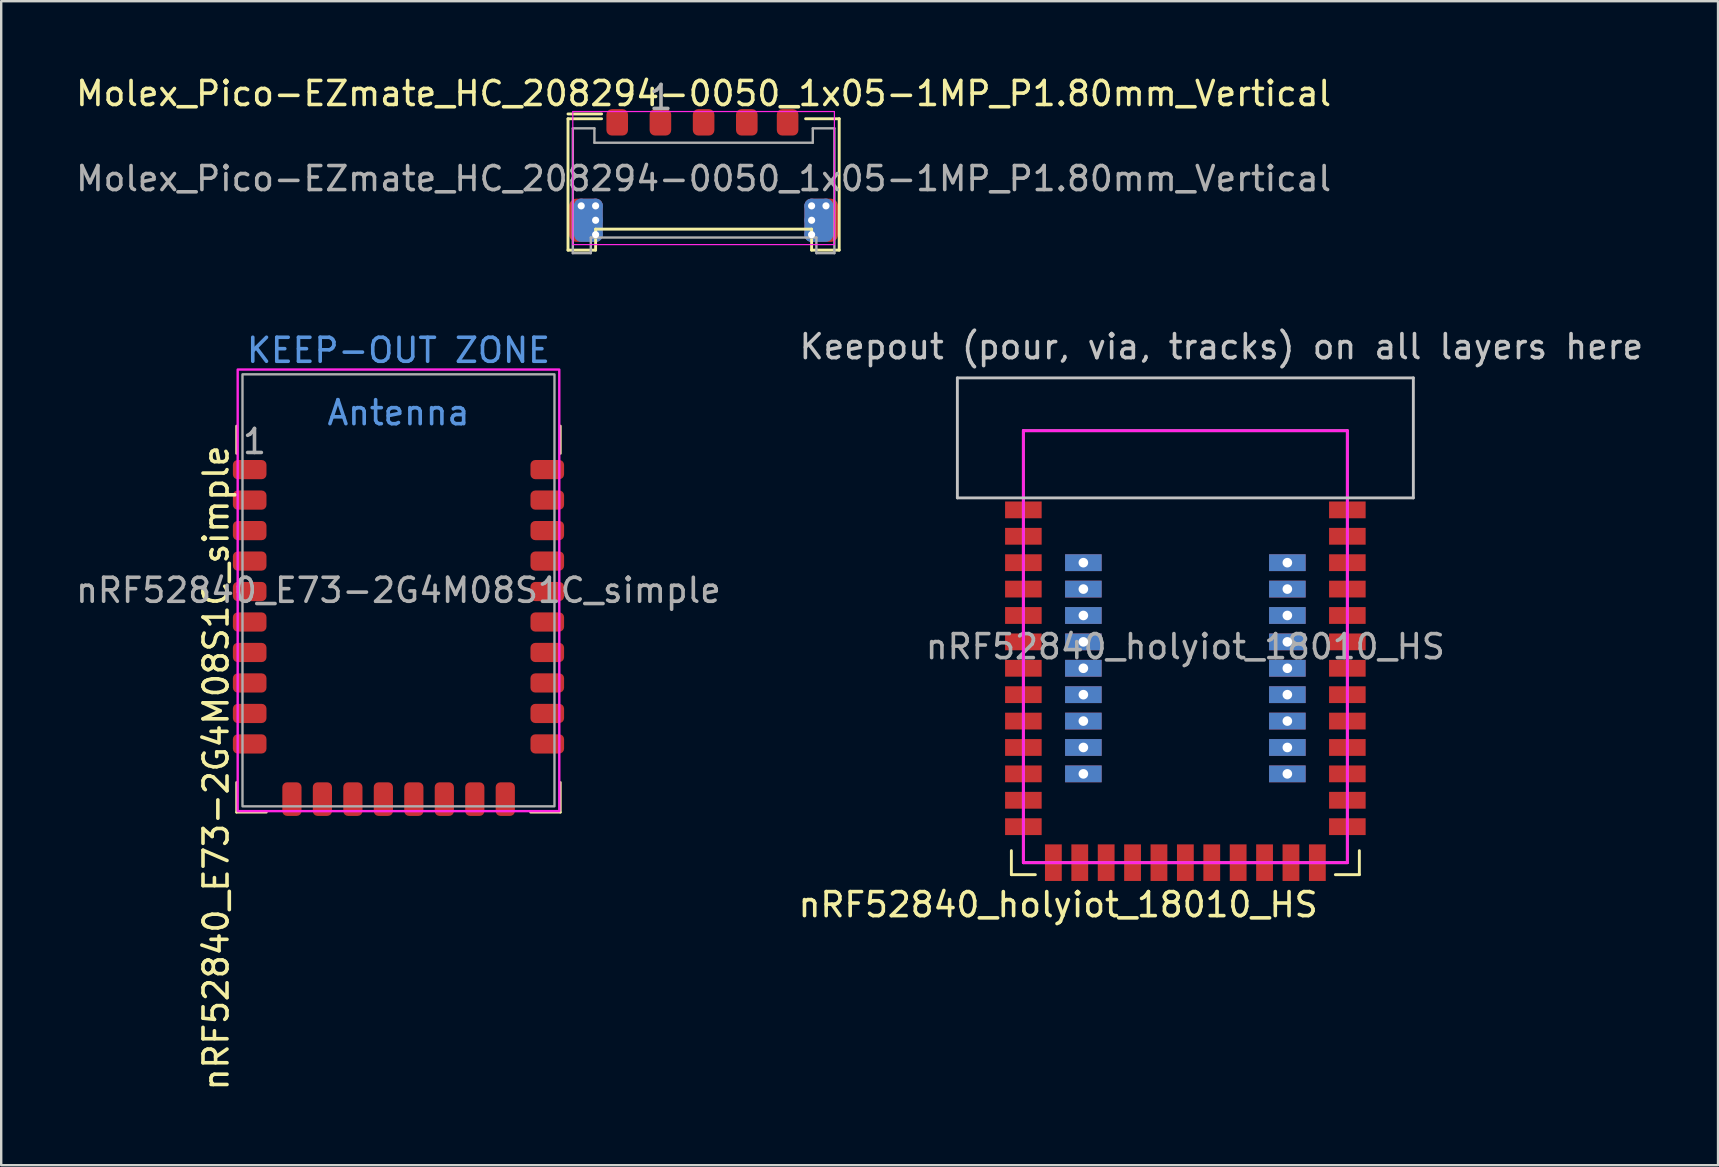
<source format=kicad_pcb>
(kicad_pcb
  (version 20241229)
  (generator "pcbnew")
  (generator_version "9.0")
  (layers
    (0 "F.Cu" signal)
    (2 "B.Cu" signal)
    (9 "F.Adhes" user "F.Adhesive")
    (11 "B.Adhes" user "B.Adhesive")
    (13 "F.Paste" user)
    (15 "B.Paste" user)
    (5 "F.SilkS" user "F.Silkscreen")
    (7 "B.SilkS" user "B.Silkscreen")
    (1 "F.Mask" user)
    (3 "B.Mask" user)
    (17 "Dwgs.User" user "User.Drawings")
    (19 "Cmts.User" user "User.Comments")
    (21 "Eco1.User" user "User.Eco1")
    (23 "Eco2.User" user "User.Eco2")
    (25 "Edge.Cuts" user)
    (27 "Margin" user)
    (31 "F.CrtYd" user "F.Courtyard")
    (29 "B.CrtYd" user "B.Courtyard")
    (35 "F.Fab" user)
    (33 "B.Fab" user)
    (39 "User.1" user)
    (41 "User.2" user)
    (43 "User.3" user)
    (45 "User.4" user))
  (footprint "nRF52840_E73-2G4M08S1C_simple"
    (layer "F.Cu")
    (at 13.554 21.548)
    (property "Reference" "nRF52840_E73-2G4M08S1C_simple" (at -7.6 7.4 90) (unlocked yes) (layer "F.SilkS") (effects (font (size 1 1) (thickness 0.15))))
    (attr smd)
    (fp_line (start -6.75 -5.7) (end -6.75 -6.85) (stroke (width 0.1) (type default)) (layer "F.SilkS"))
    (fp_line (start -6.75 9.25) (end -6.75 8) (stroke (width 0.1) (type default)) (layer "F.SilkS"))
    (fp_line (start -6.75 9.25) (end -5.5 9.25) (stroke (width 0.1) (type default)) (layer "F.SilkS"))
    (fp_line (start 6.75 -5.7) (end 6.75 -6.85) (stroke (width 0.1) (type default)) (layer "F.SilkS"))
    (fp_line (start 6.75 8) (end 6.75 9.25) (stroke (width 0.1) (type default)) (layer "F.SilkS"))
    (fp_line (start 6.75 9.25) (end 5.5 9.25) (stroke (width 0.1) (type default)) (layer "F.SilkS"))
    (fp_rect (start -6.7 -9.2) (end 6.7 9.2) (stroke (width 0.1) (type default)) (fill no) (layer "F.CrtYd"))
    (fp_rect (start -6.5 -9) (end 6.5 9) (stroke (width 0.1) (type default)) (fill no) (layer "F.Fab"))
    (fp_text user "Antenna" (at 0 -7.4 0) (layer "Cmts.User") (effects (font (size 1 1) (thickness 0.15))))
    (fp_text user "KEEP-OUT ZONE" (at 0 -10 0) (layer "Cmts.User") (effects (font (size 1 1) (thickness 0.15))))
    (fp_text user "${REFERENCE}" (at 0 0 0) (layer "F.Fab") (effects (font (size 1 1) (thickness 0.15))))
    (fp_text user "1" (at -6 -6.2 0) (unlocked yes) (layer "F.Fab") (effects (font (size 1 1) (thickness 0.15))))
    (pad "1" smd roundrect (at -6.2 -5.03) (size 1.4 0.8) (layers "F.Cu" "F.Mask" "F.Paste") (roundrect_rratio 0.25))
    (pad "2" smd roundrect (at -6.2 -3.76) (size 1.4 0.8) (layers "F.Cu" "F.Mask" "F.Paste") (roundrect_rratio 0.25))
    (pad "3" smd roundrect (at -6.2 -2.49) (size 1.4 0.8) (layers "F.Cu" "F.Mask" "F.Paste") (roundrect_rratio 0.25))
    (pad "4" smd roundrect (at -6.2 -1.22) (size 1.4 0.8) (layers "F.Cu" "F.Mask" "F.Paste") (roundrect_rratio 0.25))
    (pad "5" smd roundrect (at -6.2 0.05) (size 1.4 0.8) (layers "F.Cu" "F.Mask" "F.Paste") (roundrect_rratio 0.25))
    (pad "6" smd roundrect (at -6.2 1.32) (size 1.4 0.8) (layers "F.Cu" "F.Mask" "F.Paste") (roundrect_rratio 0.25))
    (pad "7" smd roundrect (at -6.2 2.59) (size 1.4 0.8) (layers "F.Cu" "F.Mask" "F.Paste") (roundrect_rratio 0.25))
    (pad "8" smd roundrect (at -6.2 3.86) (size 1.4 0.8) (layers "F.Cu" "F.Mask" "F.Paste") (roundrect_rratio 0.25))
    (pad "9" smd roundrect (at -6.2 5.13) (size 1.4 0.8) (layers "F.Cu" "F.Mask" "F.Paste") (roundrect_rratio 0.25))
    (pad "10" smd roundrect (at -6.2 6.4) (size 1.4 0.8) (layers "F.Cu" "F.Mask" "F.Paste") (roundrect_rratio 0.25))
    (pad "11" smd roundrect (at -4.44 8.7 90) (size 1.4 0.8) (layers "F.Cu" "F.Mask" "F.Paste") (roundrect_rratio 0.25))
    (pad "13" smd roundrect (at -3.17 8.7 90) (size 1.4 0.8) (layers "F.Cu" "F.Mask" "F.Paste") (roundrect_rratio 0.25))
    (pad "15" smd roundrect (at -1.9 8.7 90) (size 1.4 0.8) (layers "F.Cu" "F.Mask" "F.Paste") (roundrect_rratio 0.25))
    (pad "17" smd roundrect (at -0.63 8.7 90) (size 1.4 0.8) (layers "F.Cu" "F.Mask" "F.Paste") (roundrect_rratio 0.25))
    (pad "19" smd roundrect (at 0.64 8.7 90) (size 1.4 0.8) (layers "F.Cu" "F.Mask" "F.Paste") (roundrect_rratio 0.25))
    (pad "21" smd roundrect (at 1.91 8.7 90) (size 1.4 0.8) (layers "F.Cu" "F.Mask" "F.Paste") (roundrect_rratio 0.25))
    (pad "23" smd roundrect (at 3.18 8.7 90) (size 1.4 0.8) (layers "F.Cu" "F.Mask" "F.Paste") (roundrect_rratio 0.25))
    (pad "25" smd roundrect (at 4.45 8.7 90) (size 1.4 0.8) (layers "F.Cu" "F.Mask" "F.Paste") (roundrect_rratio 0.25))
    (pad "26" smd roundrect (at 6.2 6.4) (size 1.4 0.8) (layers "F.Cu" "F.Mask" "F.Paste") (roundrect_rratio 0.25))
    (pad "27" smd roundrect (at 6.2 5.13) (size 1.4 0.8) (layers "F.Cu" "F.Mask" "F.Paste") (roundrect_rratio 0.25))
    (pad "29" smd roundrect (at 6.2 3.86) (size 1.4 0.8) (layers "F.Cu" "F.Mask" "F.Paste") (roundrect_rratio 0.25))
    (pad "31" smd roundrect (at 6.2 2.59) (size 1.4 0.8) (layers "F.Cu" "F.Mask" "F.Paste") (roundrect_rratio 0.25))
    (pad "33" smd roundrect (at 6.2 1.32) (size 1.4 0.8) (layers "F.Cu" "F.Mask" "F.Paste") (roundrect_rratio 0.25))
    (pad "35" smd roundrect (at 6.2 0.05) (size 1.4 0.8) (layers "F.Cu" "F.Mask" "F.Paste") (roundrect_rratio 0.25))
    (pad "37" smd roundrect (at 6.2 -1.22) (size 1.4 0.8) (layers "F.Cu" "F.Mask" "F.Paste") (roundrect_rratio 0.25))
    (pad "39" smd roundrect (at 6.2 -2.49) (size 1.4 0.8) (layers "F.Cu" "F.Mask" "F.Paste") (roundrect_rratio 0.25))
    (pad "41" smd roundrect (at 6.2 -3.76) (size 1.4 0.8) (layers "F.Cu" "F.Mask" "F.Paste") (roundrect_rratio 0.25))
    (pad "43" smd roundrect (at 6.2 -5.03) (size 1.4 0.8) (layers "F.Cu" "F.Mask" "F.Paste") (roundrect_rratio 0.25))
    (zone (net_name "") (layers "F.Cu" "B.Cu" "Dwgs.User") (hatch full 0.5) (connect_pads) (min_thickness 0.25) (filled_areas_thickness no) (keepout (tracks not_allowed) (vias not_allowed) (pads not_allowed) (copperpour not_allowed) (footprints allowed)) (placement (enabled no)) (fill) (polygon (pts (xy 5.054 10.548) (xy 22.054 10.548) (xy 22.054 16.048) (xy 5.054 16.048)))))
  (footprint "nRF52840_holyiot_18010_HS"
    (layer "F.Cu")
    (at 46.342 23.896)
    (property "Reference" "nRF52840_holyiot_18010_HS" (at -5.3 10.75 0) (layer "F.SilkS") (effects (font (size 1 1) (thickness 0.15))))
    (attr smd)
    (fp_line (start -7.25 8.5) (end -7.25 9.5) (stroke (width 0.12) (type solid)) (layer "F.SilkS"))
    (fp_line (start -6.25 9.5) (end -7.25 9.5) (stroke (width 0.12) (type solid)) (layer "F.SilkS"))
    (fp_line (start 6.25 9.5) (end 7.25 9.5) (stroke (width 0.12) (type solid)) (layer "F.SilkS"))
    (fp_line (start 7.25 8.5) (end 7.25 9.5) (stroke (width 0.12) (type solid)) (layer "F.SilkS"))
    (fp_line (start -9.5 -11.2) (end 9.5 -11.2) (stroke (width 0.12) (type solid)) (layer "Dwgs.User"))
    (fp_line (start -9.5 -6.2) (end -9.5 -11.2) (stroke (width 0.12) (type solid)) (layer "Dwgs.User"))
    (fp_line (start 9.5 -11.2) (end 9.5 -6.2) (stroke (width 0.12) (type solid)) (layer "Dwgs.User"))
    (fp_line (start 9.5 -6.2) (end -9.5 -6.2) (stroke (width 0.12) (type solid)) (layer "Dwgs.User"))
    (fp_line (start -6.75 -9) (end 6.75 -9) (stroke (width 0.12) (type solid)) (layer "F.CrtYd"))
    (fp_line (start -6.75 9) (end -6.75 -9) (stroke (width 0.12) (type solid)) (layer "F.CrtYd"))
    (fp_line (start 6.75 -9) (end 6.75 9) (stroke (width 0.12) (type solid)) (layer "F.CrtYd"))
    (fp_line (start 6.75 9) (end -6.75 9) (stroke (width 0.12) (type solid)) (layer "F.CrtYd"))
    (fp_line (start -6.75 -9) (end 6.75 -9) (stroke (width 0.12) (type solid)) (layer "F.Fab"))
    (fp_line (start -6.75 9) (end -6.75 -9) (stroke (width 0.12) (type solid)) (layer "F.Fab"))
    (fp_line (start 6.75 -9) (end 6.75 9) (stroke (width 0.12) (type solid)) (layer "F.Fab"))
    (fp_line (start 6.75 9) (end -6.75 9) (stroke (width 0.12) (type solid)) (layer "F.Fab"))
    (fp_text user "Keepout (pour, via, tracks) on all layers here" (at 1.5 -12.5 0) (layer "Dwgs.User") (effects (font (size 1 1) (thickness 0.15))))
    (fp_text user "${REFERENCE}" (at 0 0 0) (layer "F.Fab") (effects (font (size 1 1) (thickness 0.15))))
    (pad "1" smd rect (at -6.75 -5.7) (size 1.524 0.7) (layers "F.Cu" "F.Mask" "F.Paste"))
    (pad "2" smd rect (at -6.75 -4.6) (size 1.524 0.7) (layers "F.Cu" "F.Mask" "F.Paste"))
    (pad "3" smd rect (at -6.75 -3.5) (size 1.524 0.7) (layers "F.Cu" "F.Mask" "F.Paste"))
    (pad "4" smd rect (at -6.75 -2.4) (size 1.524 0.7) (layers "F.Cu" "F.Mask" "F.Paste"))
    (pad "5" smd rect (at -6.75 -1.3) (size 1.524 0.7) (layers "F.Cu" "F.Mask" "F.Paste"))
    (pad "6" smd rect (at -6.75 -0.2) (size 1.524 0.7) (layers "F.Cu" "F.Mask" "F.Paste"))
    (pad "7" smd rect (at -6.75 0.9) (size 1.524 0.7) (layers "F.Cu" "F.Mask" "F.Paste"))
    (pad "8" smd rect (at -6.75 2) (size 1.524 0.7) (layers "F.Cu" "F.Mask" "F.Paste"))
    (pad "9" smd rect (at -6.75 3.1) (size 1.524 0.7) (layers "F.Cu" "F.Mask" "F.Paste"))
    (pad "10" smd rect (at -6.75 4.2) (size 1.524 0.7) (layers "F.Cu" "F.Mask" "F.Paste"))
    (pad "11" smd rect (at -6.75 5.3) (size 1.524 0.7) (layers "F.Cu" "F.Mask" "F.Paste"))
    (pad "12" smd rect (at -6.75 6.4) (size 1.524 0.7) (layers "F.Cu" "F.Mask" "F.Paste"))
    (pad "13" smd rect (at -6.75 7.5) (size 1.524 0.7) (layers "F.Cu" "F.Mask" "F.Paste"))
    (pad "14" smd rect (at -5.5 9 90) (size 1.524 0.7) (layers "F.Cu" "F.Mask" "F.Paste"))
    (pad "15" smd rect (at -4.4 9 90) (size 1.524 0.7) (layers "F.Cu" "F.Mask" "F.Paste"))
    (pad "16" smd rect (at -3.3 9 90) (size 1.524 0.7) (layers "F.Cu" "F.Mask" "F.Paste"))
    (pad "17" smd rect (at -2.2 9 90) (size 1.524 0.7) (layers "F.Cu" "F.Mask" "F.Paste"))
    (pad "18" smd rect (at -1.1 9 90) (size 1.524 0.7) (layers "F.Cu" "F.Mask" "F.Paste"))
    (pad "19" smd rect (at 0 9 90) (size 1.524 0.7) (layers "F.Cu" "F.Mask" "F.Paste"))
    (pad "20" smd rect (at 1.1 9 90) (size 1.524 0.7) (layers "F.Cu" "F.Mask" "F.Paste"))
    (pad "21" smd rect (at 2.2 9 90) (size 1.524 0.7) (layers "F.Cu" "F.Mask" "F.Paste"))
    (pad "22" smd rect (at 3.3 9 90) (size 1.524 0.7) (layers "F.Cu" "F.Mask" "F.Paste"))
    (pad "23" smd rect (at 4.4 9 90) (size 1.524 0.7) (layers "F.Cu" "F.Mask" "F.Paste"))
    (pad "24" smd rect (at 5.5 9 90) (size 1.524 0.7) (layers "F.Cu" "F.Mask" "F.Paste"))
    (pad "25" smd rect (at 6.75 7.5 180) (size 1.524 0.7) (layers "F.Cu" "F.Mask" "F.Paste"))
    (pad "26" smd rect (at 6.75 6.4 180) (size 1.524 0.7) (layers "F.Cu" "F.Mask" "F.Paste"))
    (pad "27" smd rect (at 6.75 5.3 180) (size 1.524 0.7) (layers "F.Cu" "F.Mask" "F.Paste"))
    (pad "28" smd rect (at 6.75 4.2 180) (size 1.524 0.7) (layers "F.Cu" "F.Mask" "F.Paste"))
    (pad "29" smd rect (at 6.75 3.1 180) (size 1.524 0.7) (layers "F.Cu" "F.Mask" "F.Paste"))
    (pad "30" smd rect (at 6.75 2 180) (size 1.524 0.7) (layers "F.Cu" "F.Mask" "F.Paste"))
    (pad "31" smd rect (at 6.75 0.9 180) (size 1.524 0.7) (layers "F.Cu" "F.Mask" "F.Paste"))
    (pad "32" smd rect (at 6.75 -0.2 180) (size 1.524 0.7) (layers "F.Cu" "F.Mask" "F.Paste"))
    (pad "33" smd rect (at 6.75 -1.3 180) (size 1.524 0.7) (layers "F.Cu" "F.Mask" "F.Paste"))
    (pad "34" smd rect (at 6.75 -2.4 180) (size 1.524 0.7) (layers "F.Cu" "F.Mask" "F.Paste"))
    (pad "35" smd rect (at 6.75 -3.5 180) (size 1.524 0.7) (layers "F.Cu" "F.Mask" "F.Paste"))
    (pad "36" smd rect (at 6.75 -4.6 180) (size 1.524 0.7) (layers "F.Cu" "F.Mask" "F.Paste"))
    (pad "37" smd rect (at 6.75 -5.7 180) (size 1.524 0.7) (layers "F.Cu" "F.Mask" "F.Paste"))
    (pad "38" thru_hole rect (at -4.25 -3.5 180) (size 1.524 0.7) (drill 0.4) (layers "*.Cu" "*.Mask"))
    (pad "39" thru_hole rect (at -4.25 -2.4 180) (size 1.524 0.7) (drill 0.4) (layers "*.Cu" "*.Mask"))
    (pad "40" thru_hole rect (at -4.25 -1.3 180) (size 1.524 0.7) (drill 0.4) (layers "*.Cu" "*.Mask"))
    (pad "41" thru_hole rect (at -4.25 -0.2 180) (size 1.524 0.7) (drill 0.4) (layers "*.Cu" "*.Mask"))
    (pad "42" thru_hole rect (at -4.25 0.9 180) (size 1.524 0.7) (drill 0.4) (layers "*.Cu" "*.Mask"))
    (pad "43" thru_hole rect (at -4.25 2 180) (size 1.524 0.7) (drill 0.4) (layers "*.Cu" "*.Mask"))
    (pad "44" thru_hole rect (at -4.25 3.1 180) (size 1.524 0.7) (drill 0.4) (layers "*.Cu" "*.Mask"))
    (pad "45" thru_hole rect (at -4.25 4.2 180) (size 1.524 0.7) (drill 0.4) (layers "*.Cu" "*.Mask"))
    (pad "46" thru_hole rect (at -4.25 5.3 180) (size 1.524 0.7) (drill 0.4) (layers "*.Cu" "*.Mask"))
    (pad "47" thru_hole rect (at 4.25 -3.5 180) (size 1.524 0.7) (drill 0.4) (layers "*.Cu" "*.Mask"))
    (pad "48" thru_hole rect (at 4.25 -2.4 180) (size 1.524 0.7) (drill 0.4) (layers "*.Cu" "*.Mask"))
    (pad "49" thru_hole rect (at 4.25 -1.3 180) (size 1.524 0.7) (drill 0.4) (layers "*.Cu" "*.Mask"))
    (pad "50" thru_hole rect (at 4.25 -0.2 180) (size 1.524 0.7) (drill 0.4) (layers "*.Cu" "*.Mask"))
    (pad "51" thru_hole rect (at 4.25 0.9 180) (size 1.524 0.7) (drill 0.4) (layers "*.Cu" "*.Mask"))
    (pad "52" thru_hole rect (at 4.25 2 180) (size 1.524 0.7) (drill 0.4) (layers "*.Cu" "*.Mask"))
    (pad "53" thru_hole rect (at 4.25 3.1 180) (size 1.524 0.7) (drill 0.4) (layers "*.Cu" "*.Mask"))
    (pad "54" thru_hole rect (at 4.25 4.2 180) (size 1.524 0.7) (drill 0.4) (layers "*.Cu" "*.Mask"))
    (pad "55" thru_hole rect (at 4.25 5.3 180) (size 1.524 0.7) (drill 0.4) (layers "*.Cu" "*.Mask"))
    (zone (net_name "") (layers "F.Cu" "B.Cu") (hatch edge 0.5) (connect_pads) (min_thickness 0.25) (filled_areas_thickness no) (keepout (tracks not_allowed) (vias not_allowed) (pads not_allowed) (copperpour not_allowed) (footprints not_allowed)) (placement (enabled no)) (fill) (polygon (pts (xy 36.842 17.697) (xy 36.842 12.697) (xy 55.842 12.697) (xy 55.842 17.697)))))
  (footprint "Molex_Pico-EZmate_HC_208294-0050_1x05-1MP_P1.80mm_Vertical"
    (layer "F.Cu")
    (at 26.268 4.123)
    (property "Reference" "Molex_Pico-EZmate_HC_208294-0050_1x05-1MP_P1.80mm_Vertical" (at 0 -3.275 0) (layer "F.SilkS") (effects (font (size 1 1) (thickness 0.15))))
    (attr smd)
    (fp_line (start -5.65 -2.425) (end -4.25 -2.425) (stroke (width 0.12) (type solid)) (layer "F.SilkS"))
    (fp_line (start -5.65 -2.225) (end -4.25 -2.225) (stroke (width 0.12) (type solid)) (layer "F.SilkS"))
    (fp_line (start -5.65 3.25) (end -5.65 -2.225) (stroke (width 0.12) (type solid)) (layer "F.SilkS"))
    (fp_line (start -5.65 3.25) (end -4.5 3.25) (stroke (width 0.12) (type default)) (layer "F.SilkS"))
    (fp_line (start -4.5 2.375) (end 4.5 2.375) (stroke (width 0.12) (type default)) (layer "F.SilkS"))
    (fp_line (start -4.5 3.25) (end -4.5 2.375) (stroke (width 0.12) (type default)) (layer "F.SilkS"))
    (fp_line (start 4.5 2.375) (end 4.5 3.25) (stroke (width 0.12) (type default)) (layer "F.SilkS"))
    (fp_line (start 4.5 3.25) (end 5.65 3.25) (stroke (width 0.12) (type default)) (layer "F.SilkS"))
    (fp_line (start 5.65 -2.225) (end 4.25 -2.225) (stroke (width 0.12) (type default)) (layer "F.SilkS"))
    (fp_line (start 5.65 3.25) (end 5.65 -2.225) (stroke (width 0.12) (type default)) (layer "F.SilkS"))
    (fp_line (start -5.45 -2.525) (end -5.45 3.02) (stroke (width 0.05) (type solid)) (layer "F.CrtYd"))
    (fp_line (start -5.45 3.02) (end 5.45 3.02) (stroke (width 0.05) (type solid)) (layer "F.CrtYd"))
    (fp_line (start 5.45 -2.525) (end -5.45 -2.525) (stroke (width 0.05) (type solid)) (layer "F.CrtYd"))
    (fp_line (start 5.45 3.02) (end 5.45 -2.525) (stroke (width 0.05) (type solid)) (layer "F.CrtYd"))
    (fp_line (start -5.45 -1.825) (end -5.45 3.375) (stroke (width 0.1) (type default)) (layer "F.Fab"))
    (fp_line (start -5.45 -1.825) (end -4.55 -1.825) (stroke (width 0.1) (type default)) (layer "F.Fab"))
    (fp_line (start -5.45 3.375) (end -4.7 3.375) (stroke (width 0.1) (type default)) (layer "F.Fab"))
    (fp_line (start -4.7 3.375) (end -4.7 2.725) (stroke (width 0.1) (type default)) (layer "F.Fab"))
    (fp_line (start -4.55 -1.825) (end -4.55 -1.225) (stroke (width 0.1) (type default)) (layer "F.Fab"))
    (fp_line (start -4.55 -1.225) (end 4.55 -1.225) (stroke (width 0.1) (type default)) (layer "F.Fab"))
    (fp_line (start 4.55 -1.825) (end 5.45 -1.825) (stroke (width 0.1) (type default)) (layer "F.Fab"))
    (fp_line (start 4.55 -1.225) (end 4.55 -1.825) (stroke (width 0.1) (type default)) (layer "F.Fab"))
    (fp_line (start 4.7 2.725) (end -4.7 2.725) (stroke (width 0.1) (type default)) (layer "F.Fab"))
    (fp_line (start 4.7 3.375) (end 4.7 2.725) (stroke (width 0.1) (type default)) (layer "F.Fab"))
    (fp_line (start 5.45 -1.825) (end 5.45 3.375) (stroke (width 0.1) (type default)) (layer "F.Fab"))
    (fp_line (start 5.45 3.375) (end 4.7 3.375) (stroke (width 0.1) (type default)) (layer "F.Fab"))
    (fp_text user "1" (at -2.35 -2.525 0) (unlocked yes) (layer "F.Fab") (effects (font (size 1 1) (thickness 0.15)) (justify left bottom)))
    (fp_text user "${REFERENCE}" (at 0 0.27 0) (layer "F.Fab") (effects (font (size 1 1) (thickness 0.15))))
    (pad "1" smd roundrect (at -3.6 -2.075) (size 0.9 1.1) (layers "F.Cu" "F.Mask" "F.Paste") (roundrect_rratio 0.25))
    (pad "2" smd roundrect (at -1.8 -2.075) (size 0.9 1.1) (layers "F.Cu" "F.Mask" "F.Paste") (roundrect_rratio 0.25))
    (pad "3" smd roundrect (at 0 -2.075) (size 0.9 1.1) (layers "F.Cu" "F.Mask" "F.Paste") (roundrect_rratio 0.25))
    (pad "4" smd roundrect (at 1.8 -2.075) (size 0.9 1.1) (layers "F.Cu" "F.Mask" "F.Paste") (roundrect_rratio 0.25))
    (pad "5" smd roundrect (at 3.5 -2.075) (size 0.9 1.1) (layers "F.Cu" "F.Mask" "F.Paste") (roundrect_rratio 0.25))
    (pad "MP" smd roundrect (at -5.165 2.225) (size 0.7 1.2) (layers "F.Cu" "F.Mask" "F.Paste") (roundrect_rratio 0.25))
    (pad "MP" thru_hole circle (at -5.1 1.405) (size 0.6 0.6) (drill 0.3) (layers "*.Cu"))
    (pad "MP" smd roundrect (at -4.9 2.005) (size 1.4 1.8) (layers "F.Cu") (roundrect_rratio 0.214))
    (pad "MP" smd roundrect (at -4.8 2.005) (size 1.2 1.8) (layers "B.Cu") (roundrect_rratio 0.25))
    (pad "MP" thru_hole circle (at -4.5 1.405) (size 0.6 0.6) (drill 0.3) (layers "*.Cu"))
    (pad "MP" thru_hole circle (at -4.5 2.005) (size 0.6 0.6) (drill 0.3) (layers "*.Cu"))
    (pad "MP" thru_hole circle (at -4.5 2.605) (size 0.6 0.6) (drill 0.3) (layers "*.Cu"))
    (pad "MP" thru_hole circle (at 4.5 1.405) (size 0.6 0.6) (drill 0.3) (layers "*.Cu"))
    (pad "MP" thru_hole circle (at 4.5 2.005) (size 0.6 0.6) (drill 0.3) (layers "*.Cu"))
    (pad "MP" thru_hole circle (at 4.5 2.605) (size 0.6 0.6) (drill 0.3) (layers "*.Cu"))
    (pad "MP" smd roundrect (at 4.8 2.005) (size 1.2 1.8) (layers "B.Cu") (roundrect_rratio 0.25))
    (pad "MP" smd roundrect (at 4.9 2.005) (size 1.4 1.8) (layers "F.Cu") (roundrect_rratio 0.214))
    (pad "MP" thru_hole circle (at 5.1 1.405) (size 0.6 0.6) (drill 0.3) (layers "*.Cu"))
    (pad "MP" smd roundrect (at 5.165 2.225) (size 0.7 1.2) (layers "F.Cu" "F.Mask" "F.Paste") (roundrect_rratio 0.25)))
  (gr_rect
    (start -3 -3)
    (end 68.538 45.502)
    (stroke (width 0.1) (type default))
    (fill no)
    (layer "Edge.Cuts")))
</source>
